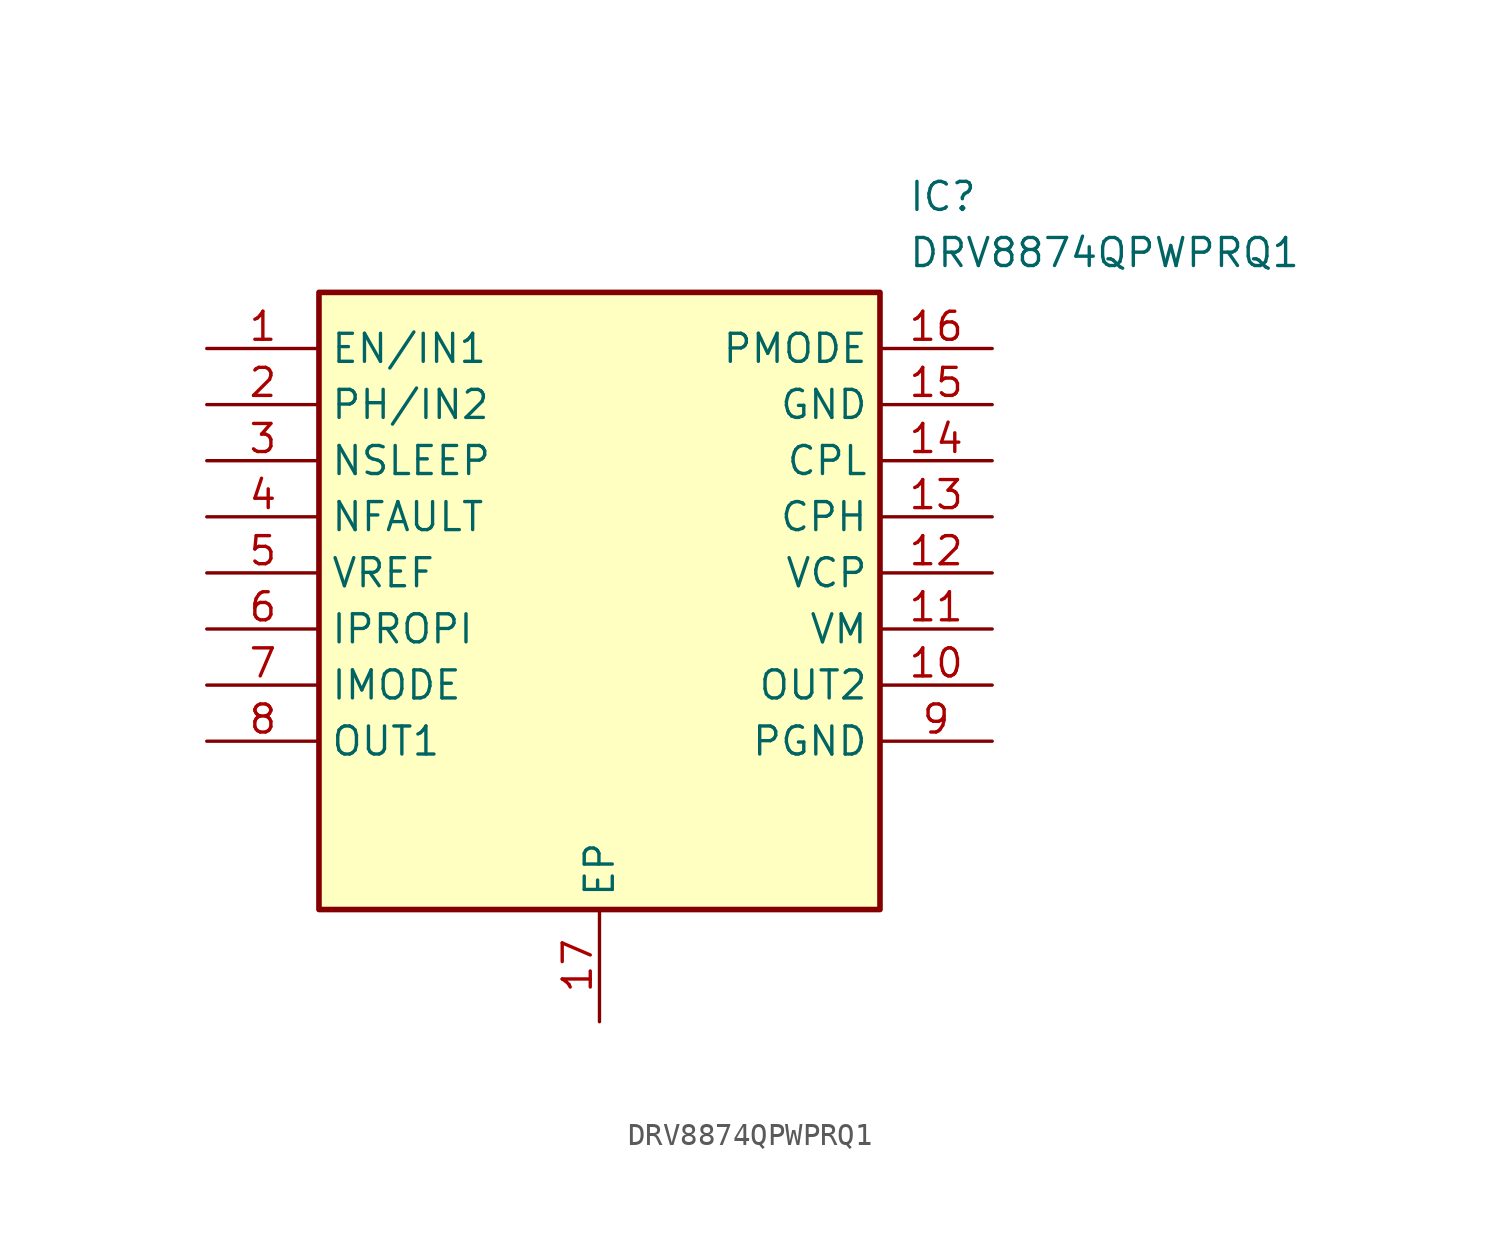
<source format=kicad_sym>
(kicad_symbol_lib
  (version 20211014)
  (generator SamacSys_ECAD_Model)
  (symbol "DRV8874QPWPRQ1"
    (property "Reference" "IC"
      (at 31.75 7.62 0)
      (effects (font (size 1.27 1.27)) (justify left top)))
    (property "Value" "DRV8874QPWPRQ1"
      (at 31.75 5.08 0)
      (effects (font (size 1.27 1.27)) (justify left top)))
    (rectangle
      (start 5.08 2.54)
      (end 30.48 -25.4)
      (stroke (width 0.254) (type default))
      (fill (type background)))
    (pin passive line
      (at 0 0 0)
      (length 5.08)
      (name "EN/IN1" (effects (font (size 1.27 1.27))))
      (number "1" (effects (font (size 1.27 1.27)))))
    (pin passive line
      (at 0 -2.54 0)
      (length 5.08)
      (name "PH/IN2" (effects (font (size 1.27 1.27))))
      (number "2" (effects (font (size 1.27 1.27)))))
    (pin passive line
      (at 0 -5.08 0)
      (length 5.08)
      (name "NSLEEP" (effects (font (size 1.27 1.27))))
      (number "3" (effects (font (size 1.27 1.27)))))
    (pin passive line
      (at 0 -7.62 0)
      (length 5.08)
      (name "NFAULT" (effects (font (size 1.27 1.27))))
      (number "4" (effects (font (size 1.27 1.27)))))
    (pin passive line
      (at 0 -10.16 0)
      (length 5.08)
      (name "VREF" (effects (font (size 1.27 1.27))))
      (number "5" (effects (font (size 1.27 1.27)))))
    (pin passive line
      (at 0 -12.7 0)
      (length 5.08)
      (name "IPROPI" (effects (font (size 1.27 1.27))))
      (number "6" (effects (font (size 1.27 1.27)))))
    (pin passive line
      (at 0 -15.24 0)
      (length 5.08)
      (name "IMODE" (effects (font (size 1.27 1.27))))
      (number "7" (effects (font (size 1.27 1.27)))))
    (pin passive line
      (at 0 -17.78 0)
      (length 5.08)
      (name "OUT1" (effects (font (size 1.27 1.27))))
      (number "8" (effects (font (size 1.27 1.27)))))
    (pin passive line
      (at 17.78 -30.48 90)
      (length 5.08)
      (name "EP" (effects (font (size 1.27 1.27))))
      (number "17" (effects (font (size 1.27 1.27)))))
    (pin passive line
      (at 35.56 0 180)
      (length 5.08)
      (name "PMODE" (effects (font (size 1.27 1.27))))
      (number "16" (effects (font (size 1.27 1.27)))))
    (pin passive line
      (at 35.56 -2.54 180)
      (length 5.08)
      (name "GND" (effects (font (size 1.27 1.27))))
      (number "15" (effects (font (size 1.27 1.27)))))
    (pin passive line
      (at 35.56 -5.08 180)
      (length 5.08)
      (name "CPL" (effects (font (size 1.27 1.27))))
      (number "14" (effects (font (size 1.27 1.27)))))
    (pin passive line
      (at 35.56 -7.62 180)
      (length 5.08)
      (name "CPH" (effects (font (size 1.27 1.27))))
      (number "13" (effects (font (size 1.27 1.27)))))
    (pin passive line
      (at 35.56 -10.16 180)
      (length 5.08)
      (name "VCP" (effects (font (size 1.27 1.27))))
      (number "12" (effects (font (size 1.27 1.27)))))
    (pin passive line
      (at 35.56 -12.7 180)
      (length 5.08)
      (name "VM" (effects (font (size 1.27 1.27))))
      (number "11" (effects (font (size 1.27 1.27)))))
    (pin passive line
      (at 35.56 -15.24 180)
      (length 5.08)
      (name "OUT2" (effects (font (size 1.27 1.27))))
      (number "10" (effects (font (size 1.27 1.27)))))
    (pin passive line
      (at 35.56 -17.78 180)
      (length 5.08)
      (name "PGND" (effects (font (size 1.27 1.27))))
      (number "9" (effects (font (size 1.27 1.27)))))))
</source>
